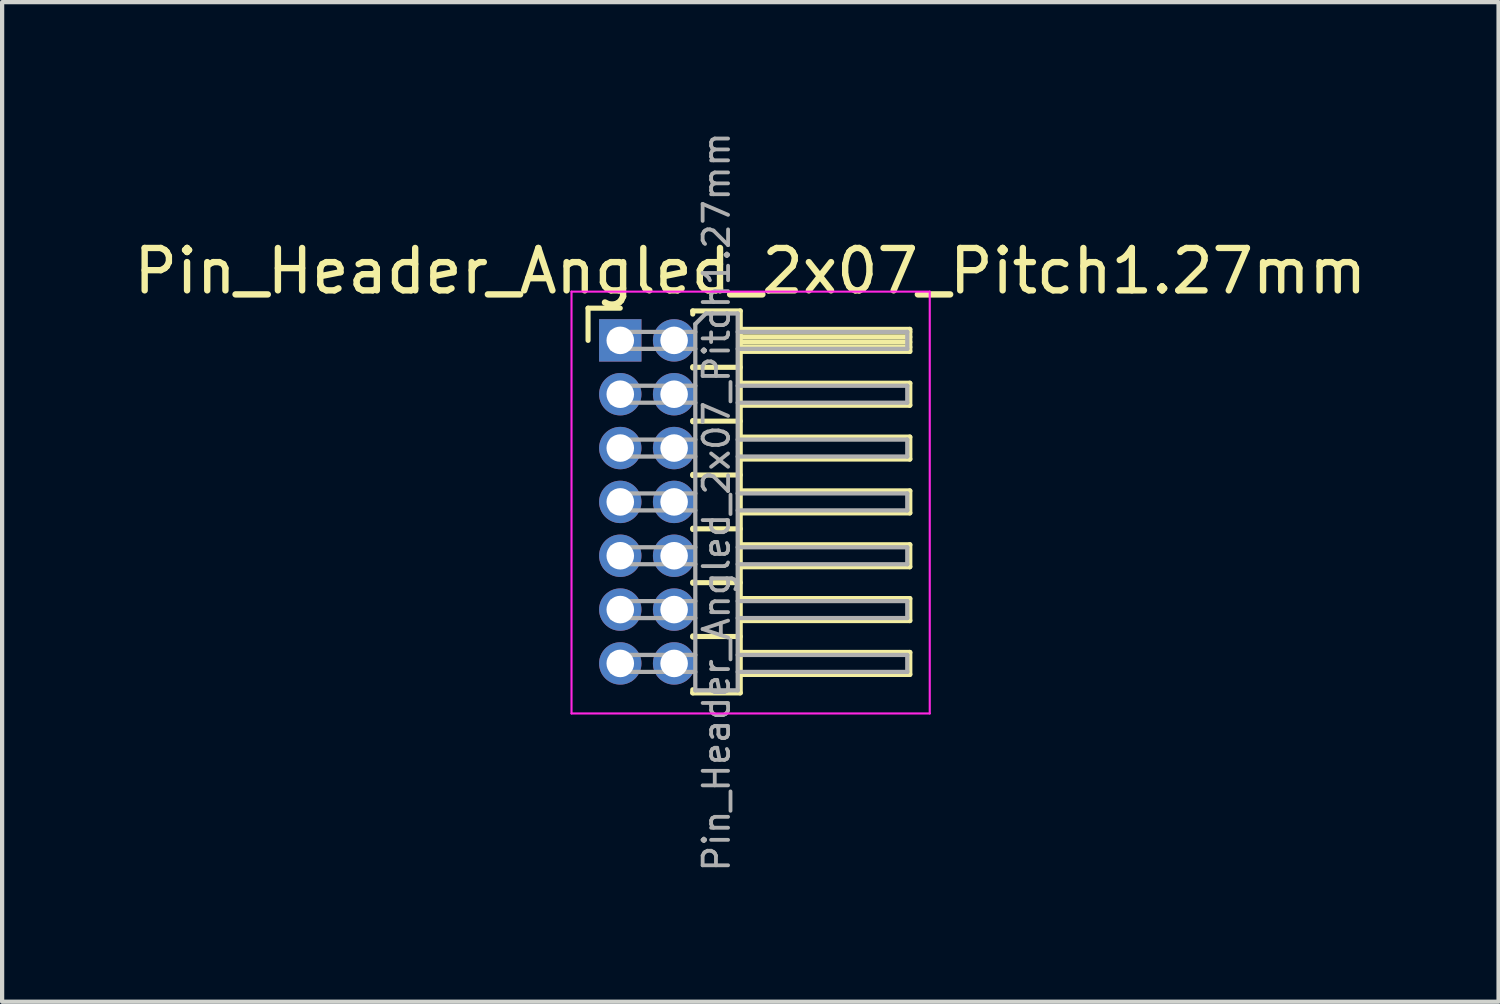
<source format=kicad_pcb>
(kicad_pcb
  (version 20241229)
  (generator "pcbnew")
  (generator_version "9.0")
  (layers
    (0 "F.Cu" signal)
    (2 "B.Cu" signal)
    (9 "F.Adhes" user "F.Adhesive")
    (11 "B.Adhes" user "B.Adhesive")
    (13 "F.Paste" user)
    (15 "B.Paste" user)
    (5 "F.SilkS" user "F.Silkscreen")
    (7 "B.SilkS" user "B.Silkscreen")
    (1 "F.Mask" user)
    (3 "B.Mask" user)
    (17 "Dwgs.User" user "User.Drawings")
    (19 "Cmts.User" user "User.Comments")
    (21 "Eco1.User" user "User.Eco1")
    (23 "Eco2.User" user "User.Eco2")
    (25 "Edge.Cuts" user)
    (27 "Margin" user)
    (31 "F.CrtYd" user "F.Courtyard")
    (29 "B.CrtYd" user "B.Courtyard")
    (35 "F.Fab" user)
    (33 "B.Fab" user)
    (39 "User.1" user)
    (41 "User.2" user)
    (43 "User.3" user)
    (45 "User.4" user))
  (footprint "Pin_Header_Angled_2x07_Pitch1.27mm"
    (layer "F.Cu")
    (at 11.581 4.979)
    (property "Reference" "Pin_Header_Angled_2x07_Pitch1.27mm" (at 3.067 -1.635 0) (layer "F.SilkS") (effects (font (size 1 1) (thickness 0.15))))
    (attr through_hole)
    (fp_line (start -0.76 -0.76) (end 0 -0.76) (stroke (width 0.12) (type solid)) (layer "F.SilkS"))
    (fp_line (start -0.76 0) (end -0.76 -0.76) (stroke (width 0.12) (type solid)) (layer "F.SilkS"))
    (fp_line (start 1.71 -0.695) (end 2.83 -0.695) (stroke (width 0.12) (type solid)) (layer "F.SilkS"))
    (fp_line (start 1.71 -0.62) (end 1.71 -0.695) (stroke (width 0.12) (type solid)) (layer "F.SilkS"))
    (fp_line (start 1.71 0.62) (end 1.71 0.65) (stroke (width 0.12) (type solid)) (layer "F.SilkS"))
    (fp_line (start 1.71 0.635) (end 2.83 0.635) (stroke (width 0.12) (type solid)) (layer "F.SilkS"))
    (fp_line (start 1.71 1.89) (end 1.71 1.92) (stroke (width 0.12) (type solid)) (layer "F.SilkS"))
    (fp_line (start 1.71 1.905) (end 2.83 1.905) (stroke (width 0.12) (type solid)) (layer "F.SilkS"))
    (fp_line (start 1.71 3.16) (end 1.71 3.19) (stroke (width 0.12) (type solid)) (layer "F.SilkS"))
    (fp_line (start 1.71 3.175) (end 2.83 3.175) (stroke (width 0.12) (type solid)) (layer "F.SilkS"))
    (fp_line (start 1.71 4.43) (end 1.71 4.46) (stroke (width 0.12) (type solid)) (layer "F.SilkS"))
    (fp_line (start 1.71 4.445) (end 2.83 4.445) (stroke (width 0.12) (type solid)) (layer "F.SilkS"))
    (fp_line (start 1.71 5.7) (end 1.71 5.73) (stroke (width 0.12) (type solid)) (layer "F.SilkS"))
    (fp_line (start 1.71 5.715) (end 2.83 5.715) (stroke (width 0.12) (type solid)) (layer "F.SilkS"))
    (fp_line (start 1.71 6.97) (end 1.71 7) (stroke (width 0.12) (type solid)) (layer "F.SilkS"))
    (fp_line (start 1.71 6.985) (end 2.83 6.985) (stroke (width 0.12) (type solid)) (layer "F.SilkS"))
    (fp_line (start 1.71 8.315) (end 1.71 8.24) (stroke (width 0.12) (type solid)) (layer "F.SilkS"))
    (fp_line (start 2.83 -0.695) (end 2.83 8.315) (stroke (width 0.12) (type solid)) (layer "F.SilkS"))
    (fp_line (start 2.83 -0.26) (end 6.83 -0.26) (stroke (width 0.12) (type solid)) (layer "F.SilkS"))
    (fp_line (start 2.83 -0.2) (end 6.83 -0.2) (stroke (width 0.12) (type solid)) (layer "F.SilkS"))
    (fp_line (start 2.83 -0.08) (end 6.83 -0.08) (stroke (width 0.12) (type solid)) (layer "F.SilkS"))
    (fp_line (start 2.83 0.04) (end 6.83 0.04) (stroke (width 0.12) (type solid)) (layer "F.SilkS"))
    (fp_line (start 2.83 0.16) (end 6.83 0.16) (stroke (width 0.12) (type solid)) (layer "F.SilkS"))
    (fp_line (start 2.83 1.01) (end 6.83 1.01) (stroke (width 0.12) (type solid)) (layer "F.SilkS"))
    (fp_line (start 2.83 2.28) (end 6.83 2.28) (stroke (width 0.12) (type solid)) (layer "F.SilkS"))
    (fp_line (start 2.83 3.55) (end 6.83 3.55) (stroke (width 0.12) (type solid)) (layer "F.SilkS"))
    (fp_line (start 2.83 4.82) (end 6.83 4.82) (stroke (width 0.12) (type solid)) (layer "F.SilkS"))
    (fp_line (start 2.83 6.09) (end 6.83 6.09) (stroke (width 0.12) (type solid)) (layer "F.SilkS"))
    (fp_line (start 2.83 7.36) (end 6.83 7.36) (stroke (width 0.12) (type solid)) (layer "F.SilkS"))
    (fp_line (start 2.83 8.315) (end 1.71 8.315) (stroke (width 0.12) (type solid)) (layer "F.SilkS"))
    (fp_line (start 6.83 -0.26) (end 6.83 0.26) (stroke (width 0.12) (type solid)) (layer "F.SilkS"))
    (fp_line (start 6.83 0.26) (end 2.83 0.26) (stroke (width 0.12) (type solid)) (layer "F.SilkS"))
    (fp_line (start 6.83 1.01) (end 6.83 1.53) (stroke (width 0.12) (type solid)) (layer "F.SilkS"))
    (fp_line (start 6.83 1.53) (end 2.83 1.53) (stroke (width 0.12) (type solid)) (layer "F.SilkS"))
    (fp_line (start 6.83 2.28) (end 6.83 2.8) (stroke (width 0.12) (type solid)) (layer "F.SilkS"))
    (fp_line (start 6.83 2.8) (end 2.83 2.8) (stroke (width 0.12) (type solid)) (layer "F.SilkS"))
    (fp_line (start 6.83 3.55) (end 6.83 4.07) (stroke (width 0.12) (type solid)) (layer "F.SilkS"))
    (fp_line (start 6.83 4.07) (end 2.83 4.07) (stroke (width 0.12) (type solid)) (layer "F.SilkS"))
    (fp_line (start 6.83 4.82) (end 6.83 5.34) (stroke (width 0.12) (type solid)) (layer "F.SilkS"))
    (fp_line (start 6.83 5.34) (end 2.83 5.34) (stroke (width 0.12) (type solid)) (layer "F.SilkS"))
    (fp_line (start 6.83 6.09) (end 6.83 6.61) (stroke (width 0.12) (type solid)) (layer "F.SilkS"))
    (fp_line (start 6.83 6.61) (end 2.83 6.61) (stroke (width 0.12) (type solid)) (layer "F.SilkS"))
    (fp_line (start 6.83 7.36) (end 6.83 7.88) (stroke (width 0.12) (type solid)) (layer "F.SilkS"))
    (fp_line (start 6.83 7.88) (end 2.83 7.88) (stroke (width 0.12) (type solid)) (layer "F.SilkS"))
    (fp_line (start -1.15 -1.15) (end -1.15 8.8) (stroke (width 0.05) (type solid)) (layer "F.CrtYd"))
    (fp_line (start -1.15 8.8) (end 7.3 8.8) (stroke (width 0.05) (type solid)) (layer "F.CrtYd"))
    (fp_line (start 7.3 -1.15) (end -1.15 -1.15) (stroke (width 0.05) (type solid)) (layer "F.CrtYd"))
    (fp_line (start 7.3 8.8) (end 7.3 -1.15) (stroke (width 0.05) (type solid)) (layer "F.CrtYd"))
    (fp_line (start -0.2 -0.2) (end -0.2 0.2) (stroke (width 0.1) (type solid)) (layer "F.Fab"))
    (fp_line (start -0.2 -0.2) (end 1.77 -0.2) (stroke (width 0.1) (type solid)) (layer "F.Fab"))
    (fp_line (start -0.2 0.2) (end 1.77 0.2) (stroke (width 0.1) (type solid)) (layer "F.Fab"))
    (fp_line (start -0.2 1.07) (end -0.2 1.47) (stroke (width 0.1) (type solid)) (layer "F.Fab"))
    (fp_line (start -0.2 1.07) (end 1.77 1.07) (stroke (width 0.1) (type solid)) (layer "F.Fab"))
    (fp_line (start -0.2 1.47) (end 1.77 1.47) (stroke (width 0.1) (type solid)) (layer "F.Fab"))
    (fp_line (start -0.2 2.34) (end -0.2 2.74) (stroke (width 0.1) (type solid)) (layer "F.Fab"))
    (fp_line (start -0.2 2.34) (end 1.77 2.34) (stroke (width 0.1) (type solid)) (layer "F.Fab"))
    (fp_line (start -0.2 2.74) (end 1.77 2.74) (stroke (width 0.1) (type solid)) (layer "F.Fab"))
    (fp_line (start -0.2 3.61) (end -0.2 4.01) (stroke (width 0.1) (type solid)) (layer "F.Fab"))
    (fp_line (start -0.2 3.61) (end 1.77 3.61) (stroke (width 0.1) (type solid)) (layer "F.Fab"))
    (fp_line (start -0.2 4.01) (end 1.77 4.01) (stroke (width 0.1) (type solid)) (layer "F.Fab"))
    (fp_line (start -0.2 4.88) (end -0.2 5.28) (stroke (width 0.1) (type solid)) (layer "F.Fab"))
    (fp_line (start -0.2 4.88) (end 1.77 4.88) (stroke (width 0.1) (type solid)) (layer "F.Fab"))
    (fp_line (start -0.2 5.28) (end 1.77 5.28) (stroke (width 0.1) (type solid)) (layer "F.Fab"))
    (fp_line (start -0.2 6.15) (end -0.2 6.55) (stroke (width 0.1) (type solid)) (layer "F.Fab"))
    (fp_line (start -0.2 6.15) (end 1.77 6.15) (stroke (width 0.1) (type solid)) (layer "F.Fab"))
    (fp_line (start -0.2 6.55) (end 1.77 6.55) (stroke (width 0.1) (type solid)) (layer "F.Fab"))
    (fp_line (start -0.2 7.42) (end -0.2 7.82) (stroke (width 0.1) (type solid)) (layer "F.Fab"))
    (fp_line (start -0.2 7.42) (end 1.77 7.42) (stroke (width 0.1) (type solid)) (layer "F.Fab"))
    (fp_line (start -0.2 7.82) (end 1.77 7.82) (stroke (width 0.1) (type solid)) (layer "F.Fab"))
    (fp_line (start 1.77 -0.385) (end 2.02 -0.635) (stroke (width 0.1) (type solid)) (layer "F.Fab"))
    (fp_line (start 1.77 8.255) (end 1.77 -0.385) (stroke (width 0.1) (type solid)) (layer "F.Fab"))
    (fp_line (start 2.02 -0.635) (end 2.77 -0.635) (stroke (width 0.1) (type solid)) (layer "F.Fab"))
    (fp_line (start 2.77 -0.635) (end 2.77 8.255) (stroke (width 0.1) (type solid)) (layer "F.Fab"))
    (fp_line (start 2.77 -0.2) (end 6.77 -0.2) (stroke (width 0.1) (type solid)) (layer "F.Fab"))
    (fp_line (start 2.77 0.2) (end 6.77 0.2) (stroke (width 0.1) (type solid)) (layer "F.Fab"))
    (fp_line (start 2.77 1.07) (end 6.77 1.07) (stroke (width 0.1) (type solid)) (layer "F.Fab"))
    (fp_line (start 2.77 1.47) (end 6.77 1.47) (stroke (width 0.1) (type solid)) (layer "F.Fab"))
    (fp_line (start 2.77 2.34) (end 6.77 2.34) (stroke (width 0.1) (type solid)) (layer "F.Fab"))
    (fp_line (start 2.77 2.74) (end 6.77 2.74) (stroke (width 0.1) (type solid)) (layer "F.Fab"))
    (fp_line (start 2.77 3.61) (end 6.77 3.61) (stroke (width 0.1) (type solid)) (layer "F.Fab"))
    (fp_line (start 2.77 4.01) (end 6.77 4.01) (stroke (width 0.1) (type solid)) (layer "F.Fab"))
    (fp_line (start 2.77 4.88) (end 6.77 4.88) (stroke (width 0.1) (type solid)) (layer "F.Fab"))
    (fp_line (start 2.77 5.28) (end 6.77 5.28) (stroke (width 0.1) (type solid)) (layer "F.Fab"))
    (fp_line (start 2.77 6.15) (end 6.77 6.15) (stroke (width 0.1) (type solid)) (layer "F.Fab"))
    (fp_line (start 2.77 6.55) (end 6.77 6.55) (stroke (width 0.1) (type solid)) (layer "F.Fab"))
    (fp_line (start 2.77 7.42) (end 6.77 7.42) (stroke (width 0.1) (type solid)) (layer "F.Fab"))
    (fp_line (start 2.77 7.82) (end 6.77 7.82) (stroke (width 0.1) (type solid)) (layer "F.Fab"))
    (fp_line (start 2.77 8.255) (end 1.77 8.255) (stroke (width 0.1) (type solid)) (layer "F.Fab"))
    (fp_line (start 6.77 -0.2) (end 6.77 0.2) (stroke (width 0.1) (type solid)) (layer "F.Fab"))
    (fp_line (start 6.77 1.07) (end 6.77 1.47) (stroke (width 0.1) (type solid)) (layer "F.Fab"))
    (fp_line (start 6.77 2.34) (end 6.77 2.74) (stroke (width 0.1) (type solid)) (layer "F.Fab"))
    (fp_line (start 6.77 3.61) (end 6.77 4.01) (stroke (width 0.1) (type solid)) (layer "F.Fab"))
    (fp_line (start 6.77 4.88) (end 6.77 5.28) (stroke (width 0.1) (type solid)) (layer "F.Fab"))
    (fp_line (start 6.77 6.15) (end 6.77 6.55) (stroke (width 0.1) (type solid)) (layer "F.Fab"))
    (fp_line (start 6.77 7.42) (end 6.77 7.82) (stroke (width 0.1) (type solid)) (layer "F.Fab"))
    (fp_text user "${REFERENCE}" (at 2.27 3.81 90) (layer "F.Fab") (effects (font (size 0.6 0.6) (thickness 0.09))))
    (pad "1" thru_hole rect (at 0 0) (size 1 1) (drill 0.65) (layers "*.Cu" "*.Mask"))
    (pad "2" thru_hole oval (at 1.27 0) (size 1 1) (drill 0.65) (layers "*.Cu" "*.Mask"))
    (pad "3" thru_hole oval (at 0 1.27) (size 1 1) (drill 0.65) (layers "*.Cu" "*.Mask"))
    (pad "4" thru_hole oval (at 1.27 1.27) (size 1 1) (drill 0.65) (layers "*.Cu" "*.Mask"))
    (pad "5" thru_hole oval (at 0 2.54) (size 1 1) (drill 0.65) (layers "*.Cu" "*.Mask"))
    (pad "6" thru_hole oval (at 1.27 2.54) (size 1 1) (drill 0.65) (layers "*.Cu" "*.Mask"))
    (pad "7" thru_hole oval (at 0 3.81) (size 1 1) (drill 0.65) (layers "*.Cu" "*.Mask"))
    (pad "8" thru_hole oval (at 1.27 3.81) (size 1 1) (drill 0.65) (layers "*.Cu" "*.Mask"))
    (pad "9" thru_hole oval (at 0 5.08) (size 1 1) (drill 0.65) (layers "*.Cu" "*.Mask"))
    (pad "10" thru_hole oval (at 1.27 5.08) (size 1 1) (drill 0.65) (layers "*.Cu" "*.Mask"))
    (pad "11" thru_hole oval (at 0 6.35) (size 1 1) (drill 0.65) (layers "*.Cu" "*.Mask"))
    (pad "12" thru_hole oval (at 1.27 6.35) (size 1 1) (drill 0.65) (layers "*.Cu" "*.Mask"))
    (pad "13" thru_hole oval (at 0 7.62) (size 1 1) (drill 0.65) (layers "*.Cu" "*.Mask"))
    (pad "14" thru_hole oval (at 1.27 7.62) (size 1 1) (drill 0.65) (layers "*.Cu" "*.Mask")))
  (gr_rect
    (start -3 -3)
    (end 32.298 20.579)
    (stroke (width 0.1) (type default))
    (fill no)
    (layer "Edge.Cuts")))
</source>
